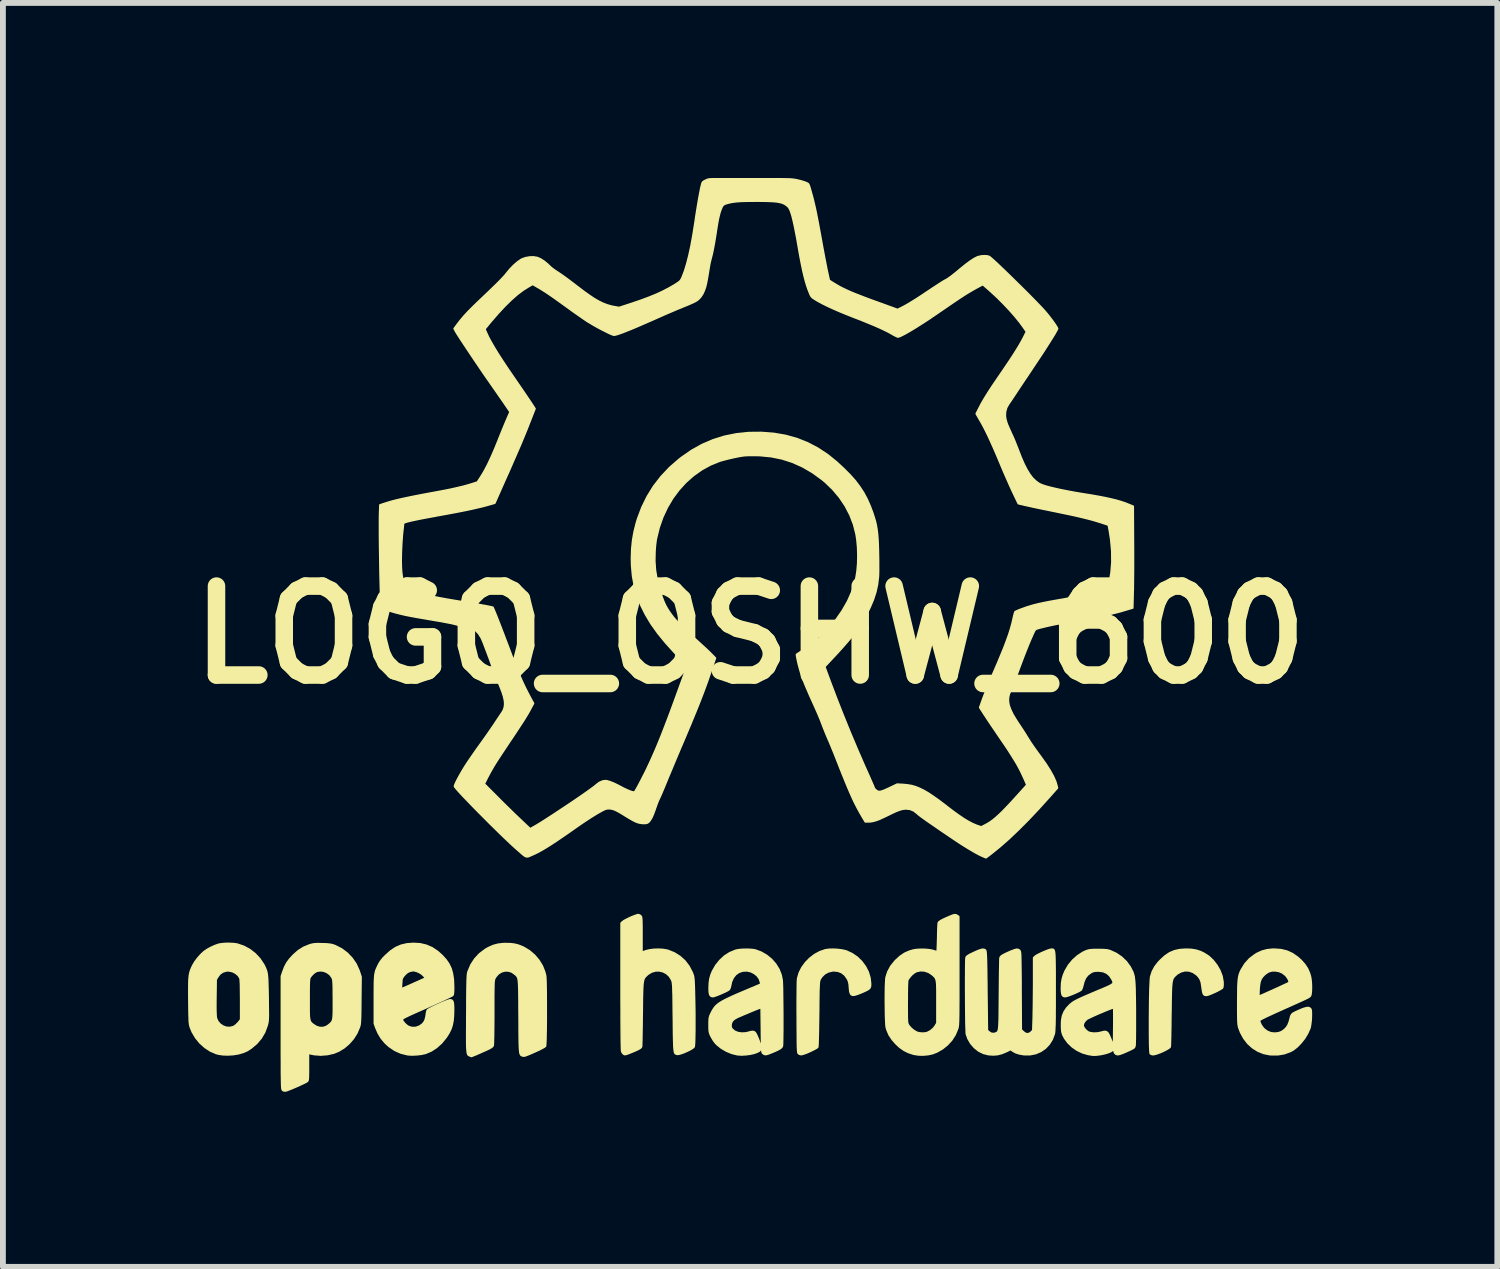
<source format=kicad_pcb>
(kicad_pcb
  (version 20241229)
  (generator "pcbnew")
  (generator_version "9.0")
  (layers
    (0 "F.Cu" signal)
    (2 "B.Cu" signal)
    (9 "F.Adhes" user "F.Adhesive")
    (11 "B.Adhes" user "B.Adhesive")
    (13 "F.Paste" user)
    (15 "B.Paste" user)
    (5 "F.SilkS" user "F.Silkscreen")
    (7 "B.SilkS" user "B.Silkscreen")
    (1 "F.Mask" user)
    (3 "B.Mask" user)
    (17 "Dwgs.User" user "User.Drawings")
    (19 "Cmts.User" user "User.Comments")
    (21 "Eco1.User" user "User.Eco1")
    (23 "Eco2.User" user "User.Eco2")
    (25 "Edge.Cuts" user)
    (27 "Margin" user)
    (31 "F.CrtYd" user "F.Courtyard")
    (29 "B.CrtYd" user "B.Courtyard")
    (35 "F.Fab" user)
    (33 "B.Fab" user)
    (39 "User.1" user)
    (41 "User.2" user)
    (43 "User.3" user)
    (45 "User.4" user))
  (footprint "LOGO_OSHW_600"
    (layer "F.Cu")
    (at 9.804 7.828)
    (property "Reference" "LOGO_OSHW_600" (at 0 0 180) (layer "F.SilkS") (effects (font (size 1.524 1.524) (thickness 0.3))))
    (attr through_hole)
    (fp_poly (pts (xy 8.106 5.995) (xy 8.103 6.031) (xy 8.098 6.051) (xy 8.084 6.063) (xy 8.054 6.081) (xy 8.014 6.103) (xy 7.969 6.125) (xy 7.921 6.146) (xy 7.878 6.164) (xy 7.842 6.176) (xy 7.819 6.181) (xy 7.818 6.181) (xy 7.795 6.178) (xy 7.778 6.169) (xy 7.765 6.15) (xy 7.756 6.119) (xy 7.748 6.072) (xy 7.741 6.017) (xy 7.73 5.951) (xy 7.71 5.899) (xy 7.678 5.854) (xy 7.65 5.826) (xy 7.588 5.784) (xy 7.522 5.761) (xy 7.454 5.758) (xy 7.387 5.775) (xy 7.322 5.811) (xy 7.289 5.84) (xy 7.274 5.855) (xy 7.261 5.87) (xy 7.251 5.886) (xy 7.242 5.906) (xy 7.235 5.931) (xy 7.229 5.963) (xy 7.225 6.004) (xy 7.221 6.055) (xy 7.219 6.119) (xy 7.217 6.198) (xy 7.215 6.292) (xy 7.214 6.404) (xy 7.212 6.514) (xy 7.211 6.618) (xy 7.21 6.717) (xy 7.208 6.807) (xy 7.207 6.887) (xy 7.205 6.954) (xy 7.204 7.007) (xy 7.202 7.043) (xy 7.201 7.061) (xy 7.201 7.062) (xy 7.188 7.077) (xy 7.159 7.097) (xy 7.119 7.119) (xy 7.072 7.142) (xy 7.023 7.163) (xy 6.976 7.18) (xy 6.935 7.192) (xy 6.905 7.197) (xy 6.877 7.191) (xy 6.857 7.179) (xy 6.853 7.165) (xy 6.851 7.131) (xy 6.848 7.081) (xy 6.846 7.017) (xy 6.845 6.94) (xy 6.844 6.854) (xy 6.844 6.759) (xy 6.844 6.66) (xy 6.844 6.557) (xy 6.845 6.454) (xy 6.846 6.351) (xy 6.847 6.253) (xy 6.849 6.16) (xy 6.851 6.075) (xy 6.854 6.001) (xy 6.857 5.939) (xy 6.86 5.892) (xy 6.863 5.863) (xy 6.864 5.858) (xy 6.892 5.771) (xy 6.935 5.69) (xy 6.994 5.613) (xy 7.033 5.572) (xy 7.111 5.501) (xy 7.189 5.449) (xy 7.272 5.414) (xy 7.363 5.394) (xy 7.467 5.387) (xy 7.477 5.387) (xy 7.567 5.391) (xy 7.644 5.404) (xy 7.716 5.427) (xy 7.781 5.458) (xy 7.863 5.511) (xy 7.937 5.581) (xy 8 5.663) (xy 8.051 5.752) (xy 8.087 5.846) (xy 8.104 5.94) (xy 8.105 5.949) (xy 8.106 5.995)) (stroke (width 0.025) (type solid)) (fill yes) (layer "F.SilkS"))
    (fp_poly (pts (xy 2.066 6.005) (xy 2.062 6.033) (xy 2.052 6.055) (xy 2.033 6.074) (xy 2.002 6.092) (xy 1.956 6.114) (xy 1.914 6.132) (xy 1.847 6.159) (xy 1.796 6.175) (xy 1.759 6.179) (xy 1.733 6.169) (xy 1.717 6.145) (xy 1.707 6.106) (xy 1.702 6.05) (xy 1.701 6.041) (xy 1.697 5.99) (xy 1.689 5.951) (xy 1.677 5.917) (xy 1.665 5.894) (xy 1.622 5.833) (xy 1.567 5.79) (xy 1.502 5.765) (xy 1.429 5.759) (xy 1.418 5.76) (xy 1.344 5.776) (xy 1.28 5.81) (xy 1.229 5.86) (xy 1.204 5.899) (xy 1.199 5.909) (xy 1.195 5.92) (xy 1.191 5.933) (xy 1.188 5.951) (xy 1.186 5.975) (xy 1.184 6.006) (xy 1.182 6.048) (xy 1.18 6.101) (xy 1.179 6.168) (xy 1.178 6.25) (xy 1.177 6.349) (xy 1.176 6.466) (xy 1.175 6.498) (xy 1.174 6.605) (xy 1.172 6.705) (xy 1.171 6.798) (xy 1.169 6.88) (xy 1.167 6.949) (xy 1.165 7.005) (xy 1.163 7.044) (xy 1.161 7.065) (xy 1.161 7.067) (xy 1.145 7.081) (xy 1.114 7.099) (xy 1.072 7.121) (xy 1.025 7.143) (xy 0.977 7.164) (xy 0.932 7.181) (xy 0.896 7.192) (xy 0.874 7.196) (xy 0.848 7.19) (xy 0.831 7.18) (xy 0.826 7.176) (xy 0.823 7.171) (xy 0.819 7.162) (xy 0.817 7.148) (xy 0.814 7.128) (xy 0.813 7.099) (xy 0.811 7.061) (xy 0.81 7.011) (xy 0.809 6.948) (xy 0.809 6.87) (xy 0.808 6.776) (xy 0.807 6.663) (xy 0.807 6.554) (xy 0.806 6.416) (xy 0.806 6.29) (xy 0.807 6.18) (xy 0.808 6.084) (xy 0.809 6.006) (xy 0.81 5.946) (xy 0.813 5.904) (xy 0.815 5.885) (xy 0.842 5.792) (xy 0.887 5.702) (xy 0.948 5.618) (xy 1.021 5.543) (xy 1.105 5.479) (xy 1.195 5.43) (xy 1.289 5.398) (xy 1.293 5.397) (xy 1.352 5.389) (xy 1.423 5.387) (xy 1.499 5.391) (xy 1.572 5.4) (xy 1.635 5.414) (xy 1.651 5.419) (xy 1.749 5.464) (xy 1.838 5.525) (xy 1.914 5.6) (xy 1.977 5.685) (xy 2.025 5.779) (xy 2.055 5.878) (xy 2.065 5.968) (xy 2.066 6.005)) (stroke (width 0.025) (type solid)) (fill yes) (layer "F.SilkS"))
    (fp_poly (pts (xy -8.255 6.473) (xy -8.255 6.525) (xy -8.256 6.566) (xy -8.258 6.599) (xy -8.26 6.625) (xy -8.264 6.648) (xy -8.269 6.669) (xy -8.275 6.692) (xy -8.275 6.694) (xy -8.317 6.809) (xy -8.377 6.912) (xy -8.454 7.003) (xy -8.549 7.083) (xy -8.615 7.126) (xy -8.682 7.156) (xy -8.731 7.17) (xy -8.731 6.592) (xy -8.731 6.255) (xy -8.732 6.151) (xy -8.733 6.063) (xy -8.734 5.991) (xy -8.737 5.937) (xy -8.74 5.901) (xy -8.742 5.888) (xy -8.771 5.84) (xy -8.815 5.802) (xy -8.868 5.774) (xy -8.927 5.761) (xy -8.972 5.761) (xy -9.034 5.779) (xy -9.085 5.815) (xy -9.12 5.861) (xy -9.149 5.91) (xy -9.153 6.217) (xy -9.154 6.326) (xy -9.154 6.413) (xy -9.152 6.482) (xy -9.15 6.531) (xy -9.146 6.563) (xy -9.145 6.57) (xy -9.12 6.626) (xy -9.081 6.671) (xy -9.031 6.705) (xy -8.976 6.725) (xy -8.918 6.729) (xy -8.861 6.716) (xy -8.843 6.707) (xy -8.811 6.684) (xy -8.779 6.652) (xy -8.766 6.638) (xy -8.731 6.592) (xy -8.731 7.17) (xy -8.764 7.18) (xy -8.855 7.195) (xy -8.947 7.201) (xy -9.036 7.198) (xy -9.038 7.197) (xy -9.082 7.191) (xy -9.125 7.183) (xy -9.149 7.176) (xy -9.25 7.133) (xy -9.344 7.071) (xy -9.429 6.995) (xy -9.502 6.905) (xy -9.56 6.807) (xy -9.591 6.731) (xy -9.597 6.712) (xy -9.602 6.693) (xy -9.606 6.672) (xy -9.609 6.646) (xy -9.612 6.614) (xy -9.613 6.571) (xy -9.615 6.517) (xy -9.616 6.449) (xy -9.617 6.364) (xy -9.618 6.268) (xy -9.619 6.157) (xy -9.619 6.065) (xy -9.618 5.989) (xy -9.617 5.927) (xy -9.614 5.876) (xy -9.609 5.833) (xy -9.602 5.797) (xy -9.593 5.764) (xy -9.581 5.732) (xy -9.567 5.699) (xy -9.552 5.667) (xy -9.516 5.605) (xy -9.467 5.54) (xy -9.412 5.478) (xy -9.357 5.427) (xy -9.35 5.422) (xy -9.299 5.388) (xy -9.238 5.355) (xy -9.174 5.326) (xy -9.115 5.305) (xy -9.102 5.301) (xy -9.049 5.293) (xy -8.984 5.288) (xy -8.915 5.288) (xy -8.849 5.291) (xy -8.794 5.299) (xy -8.784 5.301) (xy -8.676 5.338) (xy -8.574 5.393) (xy -8.481 5.465) (xy -8.401 5.551) (xy -8.336 5.648) (xy -8.323 5.672) (xy -8.309 5.702) (xy -8.297 5.73) (xy -8.287 5.758) (xy -8.279 5.788) (xy -8.273 5.824) (xy -8.269 5.868) (xy -8.265 5.922) (xy -8.263 5.989) (xy -8.261 6.071) (xy -8.259 6.17) (xy -8.258 6.223) (xy -8.257 6.324) (xy -8.256 6.406) (xy -8.255 6.473)) (stroke (width 0.025) (type solid)) (fill yes) (layer "F.SilkS"))
    (fp_poly (pts (xy 3.577 5.757) (xy 3.577 5.919) (xy 3.577 6.061) (xy 3.577 6.184) (xy 3.577 6.291) (xy 3.576 6.382) (xy 3.576 6.459) (xy 3.575 6.524) (xy 3.574 6.577) (xy 3.573 6.62) (xy 3.571 6.654) (xy 3.57 6.681) (xy 3.567 6.703) (xy 3.565 6.72) (xy 3.562 6.734) (xy 3.559 6.747) (xy 3.556 6.754) (xy 3.515 6.853) (xy 3.456 6.946) (xy 3.381 7.028) (xy 3.295 7.097) (xy 3.201 7.15) (xy 3.201 6.652) (xy 3.201 6.292) (xy 3.201 6.19) (xy 3.201 6.108) (xy 3.2 6.042) (xy 3.198 5.989) (xy 3.194 5.949) (xy 3.189 5.918) (xy 3.18 5.894) (xy 3.17 5.875) (xy 3.155 5.858) (xy 3.138 5.841) (xy 3.118 5.824) (xy 3.059 5.785) (xy 2.993 5.762) (xy 2.924 5.757) (xy 2.858 5.77) (xy 2.842 5.777) (xy 2.806 5.799) (xy 2.769 5.831) (xy 2.736 5.868) (xy 2.711 5.903) (xy 2.702 5.923) (xy 2.7 5.941) (xy 2.698 5.977) (xy 2.696 6.029) (xy 2.695 6.093) (xy 2.694 6.168) (xy 2.694 6.25) (xy 2.693 6.302) (xy 2.693 6.398) (xy 2.694 6.474) (xy 2.694 6.534) (xy 2.695 6.58) (xy 2.697 6.614) (xy 2.699 6.639) (xy 2.702 6.657) (xy 2.707 6.67) (xy 2.712 6.681) (xy 2.718 6.691) (xy 2.754 6.735) (xy 2.802 6.776) (xy 2.853 6.807) (xy 2.859 6.81) (xy 2.9 6.821) (xy 2.95 6.825) (xy 3 6.823) (xy 3.034 6.815) (xy 3.093 6.784) (xy 3.144 6.739) (xy 3.173 6.7) (xy 3.201 6.652) (xy 3.201 7.15) (xy 3.2 7.151) (xy 3.123 7.18) (xy 3.047 7.196) (xy 2.964 7.203) (xy 2.881 7.201) (xy 2.807 7.189) (xy 2.798 7.187) (xy 2.71 7.158) (xy 2.635 7.12) (xy 2.564 7.07) (xy 2.502 7.013) (xy 2.434 6.936) (xy 2.383 6.859) (xy 2.347 6.776) (xy 2.333 6.731) (xy 2.329 6.704) (xy 2.326 6.66) (xy 2.323 6.6) (xy 2.32 6.529) (xy 2.319 6.45) (xy 2.318 6.365) (xy 2.317 6.277) (xy 2.317 6.19) (xy 2.318 6.108) (xy 2.319 6.032) (xy 2.322 5.966) (xy 2.325 5.914) (xy 2.328 5.879) (xy 2.329 5.872) (xy 2.36 5.774) (xy 2.411 5.68) (xy 2.482 5.591) (xy 2.502 5.571) (xy 2.574 5.506) (xy 2.646 5.458) (xy 2.724 5.423) (xy 2.794 5.402) (xy 2.847 5.393) (xy 2.913 5.389) (xy 2.984 5.389) (xy 3.053 5.394) (xy 3.113 5.403) (xy 3.147 5.413) (xy 3.177 5.422) (xy 3.198 5.426) (xy 3.203 5.426) (xy 3.205 5.414) (xy 3.207 5.384) (xy 3.209 5.34) (xy 3.211 5.283) (xy 3.213 5.218) (xy 3.214 5.189) (xy 3.215 5.12) (xy 3.217 5.057) (xy 3.219 5.004) (xy 3.221 4.964) (xy 3.223 4.94) (xy 3.223 4.936) (xy 3.234 4.92) (xy 3.261 4.9) (xy 3.305 4.876) (xy 3.368 4.847) (xy 3.426 4.822) (xy 3.471 4.804) (xy 3.503 4.796) (xy 3.526 4.797) (xy 3.547 4.807) (xy 3.554 4.811) (xy 3.577 4.827) (xy 3.577 5.757)) (stroke (width 0.025) (type solid)) (fill yes) (layer "F.SilkS"))
    (fp_poly (pts (xy -6.666 5.861) (xy -6.67 6.262) (xy -6.671 6.365) (xy -6.672 6.45) (xy -6.673 6.518) (xy -6.675 6.572) (xy -6.677 6.615) (xy -6.679 6.647) (xy -6.682 6.673) (xy -6.686 6.695) (xy -6.691 6.713) (xy -6.697 6.731) (xy -6.74 6.83) (xy -6.799 6.923) (xy -6.872 7.006) (xy -6.956 7.078) (xy -7.047 7.134) (xy -7.132 7.169) (xy -7.142 7.171) (xy -7.142 6.353) (xy -7.142 6.258) (xy -7.142 6.247) (xy -7.143 6.154) (xy -7.143 6.08) (xy -7.144 6.021) (xy -7.146 5.977) (xy -7.148 5.944) (xy -7.15 5.919) (xy -7.154 5.901) (xy -7.159 5.887) (xy -7.165 5.874) (xy -7.2 5.826) (xy -7.249 5.789) (xy -7.306 5.765) (xy -7.365 5.758) (xy -7.423 5.767) (xy -7.426 5.769) (xy -7.46 5.788) (xy -7.496 5.819) (xy -7.527 5.854) (xy -7.542 5.876) (xy -7.546 5.888) (xy -7.549 5.908) (xy -7.552 5.937) (xy -7.554 5.978) (xy -7.555 6.032) (xy -7.556 6.102) (xy -7.556 6.191) (xy -7.556 6.244) (xy -7.556 6.343) (xy -7.556 6.423) (xy -7.555 6.486) (xy -7.553 6.536) (xy -7.549 6.573) (xy -7.543 6.602) (xy -7.536 6.623) (xy -7.526 6.64) (xy -7.512 6.654) (xy -7.496 6.669) (xy -7.491 6.673) (xy -7.434 6.71) (xy -7.375 6.729) (xy -7.316 6.729) (xy -7.268 6.714) (xy -7.236 6.694) (xy -7.205 6.67) (xy -7.204 6.669) (xy -7.187 6.653) (xy -7.173 6.638) (xy -7.163 6.621) (xy -7.155 6.601) (xy -7.149 6.574) (xy -7.146 6.538) (xy -7.143 6.491) (xy -7.142 6.43) (xy -7.142 6.353) (xy -7.142 7.171) (xy -7.242 7.194) (xy -7.356 7.203) (xy -7.468 7.195) (xy -7.543 7.18) (xy -7.567 7.173) (xy -7.567 7.405) (xy -7.567 7.482) (xy -7.568 7.541) (xy -7.569 7.583) (xy -7.571 7.613) (xy -7.574 7.633) (xy -7.579 7.645) (xy -7.584 7.653) (xy -7.586 7.654) (xy -7.605 7.666) (xy -7.639 7.684) (xy -7.685 7.705) (xy -7.737 7.73) (xy -7.793 7.754) (xy -7.846 7.777) (xy -7.895 7.796) (xy -7.933 7.811) (xy -7.957 7.818) (xy -7.959 7.818) (xy -7.99 7.818) (xy -8.012 7.805) (xy -8.014 7.803) (xy -8.017 7.798) (xy -8.02 7.791) (xy -8.023 7.781) (xy -8.025 7.765) (xy -8.027 7.743) (xy -8.028 7.714) (xy -8.029 7.675) (xy -8.03 7.627) (xy -8.031 7.566) (xy -8.032 7.493) (xy -8.032 7.406) (xy -8.032 7.304) (xy -8.033 7.185) (xy -8.033 7.047) (xy -8.033 6.891) (xy -8.033 6.817) (xy -8.033 5.851) (xy -8.006 5.77) (xy -7.975 5.69) (xy -7.939 5.622) (xy -7.893 5.559) (xy -7.834 5.494) (xy -7.827 5.487) (xy -7.742 5.412) (xy -7.653 5.356) (xy -7.556 5.316) (xy -7.528 5.307) (xy -7.493 5.299) (xy -7.456 5.294) (xy -7.41 5.292) (xy -7.351 5.293) (xy -7.322 5.294) (xy -7.261 5.296) (xy -7.215 5.3) (xy -7.18 5.305) (xy -7.149 5.313) (xy -7.117 5.324) (xy -7.107 5.328) (xy -6.999 5.383) (xy -6.903 5.455) (xy -6.82 5.542) (xy -6.752 5.641) (xy -6.702 5.752) (xy -6.694 5.776) (xy -6.666 5.861)) (stroke (width 0.025) (type solid)) (fill yes) (layer "F.SilkS"))
    (fp_poly (pts (xy -3.492 6.398) (xy -3.492 6.497) (xy -3.492 6.595) (xy -3.493 6.689) (xy -3.494 6.778) (xy -3.496 6.858) (xy -3.497 6.927) (xy -3.499 6.983) (xy -3.502 7.024) (xy -3.504 7.048) (xy -3.506 7.052) (xy -3.524 7.067) (xy -3.561 7.088) (xy -3.616 7.116) (xy -3.687 7.148) (xy -3.773 7.186) (xy -3.775 7.187) (xy -3.823 7.206) (xy -3.856 7.218) (xy -3.879 7.221) (xy -3.896 7.219) (xy -3.899 7.218) (xy -3.911 7.214) (xy -3.921 7.209) (xy -3.929 7.202) (xy -3.936 7.191) (xy -3.942 7.176) (xy -3.947 7.153) (xy -3.95 7.122) (xy -3.953 7.082) (xy -3.955 7.029) (xy -3.957 6.964) (xy -3.958 6.883) (xy -3.959 6.787) (xy -3.959 6.672) (xy -3.96 6.538) (xy -3.96 6.535) (xy -3.961 6.401) (xy -3.961 6.287) (xy -3.962 6.191) (xy -3.963 6.11) (xy -3.965 6.045) (xy -3.967 5.991) (xy -3.97 5.949) (xy -3.974 5.917) (xy -3.978 5.891) (xy -3.985 5.872) (xy -3.992 5.858) (xy -4.001 5.846) (xy -4.012 5.834) (xy -4.025 5.822) (xy -4.029 5.819) (xy -4.082 5.781) (xy -4.141 5.762) (xy -4.201 5.761) (xy -4.259 5.777) (xy -4.312 5.81) (xy -4.356 5.86) (xy -4.372 5.887) (xy -4.376 5.896) (xy -4.38 5.908) (xy -4.383 5.922) (xy -4.386 5.942) (xy -4.388 5.969) (xy -4.389 6.005) (xy -4.39 6.052) (xy -4.391 6.111) (xy -4.392 6.185) (xy -4.392 6.274) (xy -4.392 6.382) (xy -4.392 6.471) (xy -4.392 6.588) (xy -4.393 6.696) (xy -4.394 6.792) (xy -4.395 6.875) (xy -4.397 6.943) (xy -4.398 6.995) (xy -4.4 7.029) (xy -4.402 7.042) (xy -4.415 7.06) (xy -4.443 7.08) (xy -4.488 7.104) (xy -4.495 7.107) (xy -4.537 7.126) (xy -4.584 7.147) (xy -4.634 7.169) (xy -4.681 7.19) (xy -4.723 7.207) (xy -4.755 7.22) (xy -4.773 7.227) (xy -4.775 7.228) (xy -4.786 7.224) (xy -4.802 7.218) (xy -4.813 7.213) (xy -4.823 7.208) (xy -4.831 7.202) (xy -4.838 7.192) (xy -4.843 7.177) (xy -4.848 7.155) (xy -4.851 7.126) (xy -4.854 7.087) (xy -4.856 7.037) (xy -4.857 6.974) (xy -4.857 6.897) (xy -4.857 6.804) (xy -4.856 6.695) (xy -4.856 6.566) (xy -4.855 6.491) (xy -4.854 6.355) (xy -4.854 6.238) (xy -4.853 6.139) (xy -4.852 6.056) (xy -4.851 5.988) (xy -4.85 5.932) (xy -4.848 5.888) (xy -4.846 5.853) (xy -4.844 5.826) (xy -4.841 5.805) (xy -4.838 5.788) (xy -4.834 5.774) (xy -4.832 5.768) (xy -4.784 5.655) (xy -4.719 5.554) (xy -4.637 5.466) (xy -4.541 5.393) (xy -4.488 5.362) (xy -4.403 5.324) (xy -4.316 5.301) (xy -4.221 5.291) (xy -4.182 5.291) (xy -4.101 5.293) (xy -4.032 5.302) (xy -3.97 5.318) (xy -3.906 5.343) (xy -3.876 5.357) (xy -3.78 5.415) (xy -3.693 5.49) (xy -3.619 5.577) (xy -3.56 5.674) (xy -3.519 5.777) (xy -3.503 5.841) (xy -3.5 5.866) (xy -3.498 5.908) (xy -3.496 5.965) (xy -3.495 6.036) (xy -3.493 6.116) (xy -3.493 6.205) (xy -3.492 6.3) (xy -3.492 6.398)) (stroke (width 0.025) (type solid)) (fill yes) (layer "F.SilkS"))
    (fp_poly (pts (xy -0.946 6.599) (xy -0.946 6.695) (xy -0.946 6.784) (xy -0.948 6.865) (xy -0.949 6.936) (xy -0.951 6.993) (xy -0.954 7.034) (xy -0.957 7.057) (xy -0.957 7.06) (xy -0.972 7.077) (xy -1.003 7.098) (xy -1.044 7.121) (xy -1.092 7.143) (xy -1.141 7.164) (xy -1.187 7.18) (xy -1.225 7.19) (xy -1.251 7.191) (xy -1.251 7.191) (xy -1.263 7.188) (xy -1.274 7.184) (xy -1.282 7.178) (xy -1.29 7.168) (xy -1.296 7.152) (xy -1.3 7.128) (xy -1.304 7.096) (xy -1.307 7.053) (xy -1.309 6.998) (xy -1.311 6.928) (xy -1.313 6.844) (xy -1.314 6.742) (xy -1.315 6.622) (xy -1.316 6.553) (xy -1.318 6.427) (xy -1.319 6.32) (xy -1.32 6.231) (xy -1.321 6.158) (xy -1.323 6.098) (xy -1.324 6.051) (xy -1.326 6.014) (xy -1.329 5.985) (xy -1.331 5.964) (xy -1.334 5.947) (xy -1.338 5.933) (xy -1.343 5.921) (xy -1.345 5.915) (xy -1.382 5.854) (xy -1.432 5.807) (xy -1.49 5.776) (xy -1.554 5.76) (xy -1.62 5.761) (xy -1.686 5.78) (xy -1.746 5.816) (xy -1.768 5.835) (xy -1.783 5.85) (xy -1.797 5.864) (xy -1.808 5.88) (xy -1.817 5.897) (xy -1.824 5.919) (xy -1.83 5.948) (xy -1.835 5.984) (xy -1.838 6.031) (xy -1.841 6.089) (xy -1.843 6.161) (xy -1.845 6.248) (xy -1.846 6.353) (xy -1.847 6.476) (xy -1.848 6.495) (xy -1.849 6.6) (xy -1.85 6.7) (xy -1.852 6.791) (xy -1.853 6.872) (xy -1.854 6.942) (xy -1.856 6.996) (xy -1.857 7.035) (xy -1.858 7.055) (xy -1.858 7.056) (xy -1.865 7.071) (xy -1.88 7.085) (xy -1.907 7.102) (xy -1.948 7.122) (xy -2.005 7.146) (xy -2.039 7.16) (xy -2.086 7.179) (xy -2.119 7.19) (xy -2.14 7.195) (xy -2.155 7.194) (xy -2.167 7.187) (xy -2.172 7.183) (xy -2.189 7.164) (xy -2.201 7.14) (xy -2.203 7.124) (xy -2.205 7.088) (xy -2.206 7.031) (xy -2.208 6.954) (xy -2.209 6.856) (xy -2.21 6.737) (xy -2.211 6.598) (xy -2.211 6.437) (xy -2.212 6.256) (xy -2.212 6.054) (xy -2.212 6.025) (xy -2.212 4.94) (xy -2.182 4.912) (xy -2.16 4.897) (xy -2.124 4.877) (xy -2.079 4.855) (xy -2.031 4.833) (xy -1.985 4.815) (xy -1.946 4.801) (xy -1.92 4.794) (xy -1.917 4.794) (xy -1.893 4.801) (xy -1.873 4.815) (xy -1.867 4.823) (xy -1.862 4.832) (xy -1.859 4.845) (xy -1.856 4.866) (xy -1.854 4.896) (xy -1.853 4.938) (xy -1.852 4.994) (xy -1.852 5.068) (xy -1.852 5.137) (xy -1.852 5.438) (xy -1.791 5.416) (xy -1.729 5.4) (xy -1.654 5.39) (xy -1.573 5.387) (xy -1.494 5.391) (xy -1.424 5.403) (xy -1.405 5.408) (xy -1.298 5.451) (xy -1.201 5.512) (xy -1.117 5.588) (xy -1.047 5.68) (xy -0.993 5.784) (xy -0.987 5.799) (xy -0.979 5.819) (xy -0.973 5.838) (xy -0.968 5.859) (xy -0.964 5.884) (xy -0.961 5.916) (xy -0.959 5.958) (xy -0.956 6.012) (xy -0.954 6.081) (xy -0.952 6.167) (xy -0.951 6.207) (xy -0.949 6.302) (xy -0.947 6.401) (xy -0.946 6.501) (xy -0.946 6.599)) (stroke (width 0.025) (type solid)) (fill yes) (layer "F.SilkS"))
    (fp_poly (pts (xy -5.08 6.028) (xy -5.08 6.086) (xy -5.082 6.127) (xy -5.085 6.154) (xy -5.089 6.171) (xy -5.096 6.181) (xy -5.099 6.183) (xy -5.112 6.191) (xy -5.143 6.207) (xy -5.189 6.229) (xy -5.246 6.256) (xy -5.314 6.287) (xy -5.39 6.321) (xy -5.461 6.353) (xy -5.565 6.4) (xy -5.565 5.883) (xy -5.591 5.849) (xy -5.622 5.819) (xy -5.665 5.791) (xy -5.713 5.769) (xy -5.757 5.758) (xy -5.769 5.757) (xy -5.807 5.762) (xy -5.844 5.772) (xy -5.844 5.773) (xy -5.876 5.791) (xy -5.909 5.82) (xy -5.938 5.853) (xy -5.958 5.884) (xy -5.963 5.897) (xy -5.966 5.915) (xy -5.968 5.945) (xy -5.971 5.981) (xy -5.973 6.016) (xy -5.974 6.046) (xy -5.973 6.062) (xy -5.973 6.064) (xy -5.963 6.06) (xy -5.938 6.049) (xy -5.899 6.032) (xy -5.852 6.011) (xy -5.819 5.997) (xy -5.762 5.971) (xy -5.708 5.947) (xy -5.661 5.926) (xy -5.626 5.91) (xy -5.616 5.906) (xy -5.565 5.883) (xy -5.565 6.4) (xy -5.572 6.403) (xy -5.664 6.444) (xy -5.741 6.478) (xy -5.803 6.506) (xy -5.852 6.529) (xy -5.889 6.547) (xy -5.917 6.56) (xy -5.935 6.571) (xy -5.947 6.579) (xy -5.954 6.585) (xy -5.957 6.59) (xy -5.958 6.595) (xy -5.958 6.596) (xy -5.95 6.617) (xy -5.93 6.645) (xy -5.903 6.674) (xy -5.872 6.699) (xy -5.848 6.714) (xy -5.791 6.73) (xy -5.73 6.728) (xy -5.671 6.708) (xy -5.621 6.674) (xy -5.59 6.639) (xy -5.569 6.599) (xy -5.556 6.549) (xy -5.55 6.511) (xy -5.545 6.474) (xy -5.537 6.444) (xy -5.531 6.43) (xy -5.517 6.419) (xy -5.487 6.402) (xy -5.445 6.381) (xy -5.395 6.357) (xy -5.34 6.332) (xy -5.286 6.308) (xy -5.235 6.286) (xy -5.191 6.269) (xy -5.159 6.258) (xy -5.144 6.255) (xy -5.12 6.257) (xy -5.103 6.267) (xy -5.091 6.286) (xy -5.084 6.318) (xy -5.081 6.365) (xy -5.08 6.43) (xy -5.08 6.43) (xy -5.083 6.533) (xy -5.091 6.619) (xy -5.106 6.694) (xy -5.129 6.762) (xy -5.162 6.827) (xy -5.204 6.894) (xy -5.213 6.906) (xy -5.289 6.998) (xy -5.374 7.074) (xy -5.465 7.133) (xy -5.56 7.173) (xy -5.567 7.175) (xy -5.632 7.189) (xy -5.707 7.198) (xy -5.784 7.202) (xy -5.854 7.199) (xy -5.874 7.196) (xy -5.986 7.168) (xy -6.091 7.121) (xy -6.188 7.055) (xy -6.249 7) (xy -6.319 6.918) (xy -6.372 6.831) (xy -6.412 6.74) (xy -6.44 6.662) (xy -6.44 6.249) (xy -6.44 6.14) (xy -6.439 6.05) (xy -6.439 5.976) (xy -6.437 5.915) (xy -6.434 5.866) (xy -6.43 5.826) (xy -6.424 5.793) (xy -6.417 5.763) (xy -6.407 5.735) (xy -6.395 5.707) (xy -6.38 5.675) (xy -6.374 5.662) (xy -6.351 5.619) (xy -6.323 5.579) (xy -6.288 5.536) (xy -6.245 5.493) (xy -6.159 5.416) (xy -6.071 5.358) (xy -5.98 5.319) (xy -5.881 5.296) (xy -5.772 5.288) (xy -5.768 5.288) (xy -5.653 5.295) (xy -5.547 5.32) (xy -5.448 5.363) (xy -5.354 5.426) (xy -5.275 5.497) (xy -5.211 5.568) (xy -5.161 5.641) (xy -5.124 5.718) (xy -5.1 5.805) (xy -5.085 5.903) (xy -5.08 6.017) (xy -5.08 6.028)) (stroke (width 0.025) (type solid)) (fill yes) (layer "F.SilkS"))
    (fp_poly (pts (xy 9.62 6.064) (xy 9.618 6.115) (xy 9.613 6.156) (xy 9.607 6.181) (xy 9.603 6.188) (xy 9.599 6.194) (xy 9.592 6.201) (xy 9.582 6.209) (xy 9.565 6.219) (xy 9.542 6.231) (xy 9.509 6.247) (xy 9.466 6.267) (xy 9.411 6.292) (xy 9.342 6.323) (xy 9.258 6.361) (xy 9.236 6.371) (xy 9.236 5.942) (xy 9.228 5.915) (xy 9.211 5.884) (xy 9.189 5.853) (xy 9.168 5.831) (xy 9.116 5.792) (xy 9.062 5.77) (xy 9.006 5.76) (xy 8.941 5.761) (xy 8.885 5.777) (xy 8.833 5.812) (xy 8.818 5.825) (xy 8.782 5.862) (xy 8.756 5.902) (xy 8.739 5.949) (xy 8.729 6.007) (xy 8.723 6.077) (xy 8.721 6.127) (xy 8.72 6.16) (xy 8.722 6.178) (xy 8.726 6.186) (xy 8.733 6.186) (xy 8.738 6.184) (xy 8.753 6.178) (xy 8.784 6.165) (xy 8.829 6.145) (xy 8.884 6.12) (xy 8.947 6.092) (xy 8.991 6.072) (xy 9.056 6.043) (xy 9.115 6.015) (xy 9.165 5.992) (xy 9.203 5.974) (xy 9.227 5.962) (xy 9.233 5.958) (xy 9.236 5.942) (xy 9.236 6.371) (xy 9.156 6.406) (xy 9.115 6.425) (xy 9.01 6.472) (xy 8.923 6.512) (xy 8.854 6.544) (xy 8.801 6.57) (xy 8.764 6.589) (xy 8.741 6.603) (xy 8.732 6.612) (xy 8.731 6.613) (xy 8.739 6.644) (xy 8.756 6.682) (xy 8.781 6.721) (xy 8.806 6.751) (xy 8.864 6.795) (xy 8.929 6.82) (xy 8.988 6.826) (xy 9.052 6.82) (xy 9.105 6.801) (xy 9.156 6.765) (xy 9.159 6.762) (xy 9.192 6.727) (xy 9.218 6.686) (xy 9.239 6.632) (xy 9.254 6.577) (xy 9.262 6.545) (xy 9.271 6.521) (xy 9.283 6.502) (xy 9.301 6.486) (xy 9.33 6.47) (xy 9.372 6.45) (xy 9.429 6.425) (xy 9.43 6.424) (xy 9.493 6.4) (xy 9.54 6.388) (xy 9.575 6.388) (xy 9.599 6.4) (xy 9.611 6.416) (xy 9.617 6.439) (xy 9.619 6.478) (xy 9.619 6.528) (xy 9.617 6.584) (xy 9.612 6.639) (xy 9.605 6.69) (xy 9.597 6.732) (xy 9.592 6.747) (xy 9.553 6.834) (xy 9.502 6.918) (xy 9.441 6.995) (xy 9.375 7.063) (xy 9.306 7.116) (xy 9.26 7.141) (xy 9.156 7.179) (xy 9.045 7.198) (xy 8.927 7.198) (xy 8.906 7.196) (xy 8.8 7.175) (xy 8.701 7.135) (xy 8.61 7.078) (xy 8.529 7.005) (xy 8.461 6.917) (xy 8.406 6.817) (xy 8.375 6.736) (xy 8.37 6.717) (xy 8.366 6.697) (xy 8.362 6.672) (xy 8.36 6.641) (xy 8.358 6.602) (xy 8.357 6.55) (xy 8.356 6.485) (xy 8.356 6.404) (xy 8.356 6.305) (xy 8.356 6.297) (xy 8.357 6.188) (xy 8.358 6.097) (xy 8.359 6.022) (xy 8.362 5.961) (xy 8.366 5.911) (xy 8.372 5.87) (xy 8.379 5.835) (xy 8.389 5.803) (xy 8.401 5.773) (xy 8.416 5.742) (xy 8.42 5.734) (xy 8.482 5.635) (xy 8.559 5.55) (xy 8.652 5.48) (xy 8.69 5.457) (xy 8.772 5.42) (xy 8.858 5.397) (xy 8.954 5.387) (xy 8.987 5.387) (xy 9.099 5.395) (xy 9.201 5.42) (xy 9.295 5.463) (xy 9.384 5.525) (xy 9.443 5.578) (xy 9.505 5.648) (xy 9.552 5.719) (xy 9.586 5.797) (xy 9.604 5.857) (xy 9.611 5.898) (xy 9.617 5.95) (xy 9.62 6.007) (xy 9.62 6.064)) (stroke (width 0.025) (type solid)) (fill yes) (layer "F.SilkS"))
    (fp_poly (pts (xy 0.561 6.677) (xy 0.561 6.766) (xy 0.56 6.847) (xy 0.559 6.918) (xy 0.558 6.975) (xy 0.557 7.018) (xy 0.555 7.042) (xy 0.555 7.045) (xy 0.548 7.063) (xy 0.533 7.08) (xy 0.508 7.098) (xy 0.47 7.118) (xy 0.415 7.143) (xy 0.378 7.158) (xy 0.327 7.179) (xy 0.29 7.191) (xy 0.264 7.195) (xy 0.244 7.191) (xy 0.227 7.181) (xy 0.222 7.177) (xy 0.215 7.172) (xy 0.21 7.165) (xy 0.206 7.156) (xy 0.203 7.14) (xy 0.2 7.118) (xy 0.199 7.086) (xy 0.197 7.042) (xy 0.196 6.984) (xy 0.194 6.91) (xy 0.193 6.818) (xy 0.193 6.775) (xy 0.188 6.392) (xy 0.165 6.399) (xy 0.146 6.406) (xy 0.111 6.42) (xy 0.065 6.438) (xy 0.012 6.46) (xy -0.044 6.484) (xy -0.1 6.507) (xy -0.151 6.529) (xy -0.193 6.547) (xy -0.222 6.56) (xy -0.224 6.561) (xy -0.275 6.591) (xy -0.306 6.624) (xy -0.323 6.665) (xy -0.325 6.68) (xy -0.326 6.715) (xy -0.316 6.742) (xy -0.306 6.756) (xy -0.265 6.792) (xy -0.211 6.815) (xy -0.147 6.825) (xy -0.077 6.822) (xy -0.025 6.81) (xy 0.015 6.799) (xy 0.046 6.796) (xy 0.07 6.801) (xy 0.091 6.819) (xy 0.11 6.851) (xy 0.131 6.898) (xy 0.149 6.943) (xy 0.171 7.005) (xy 0.184 7.052) (xy 0.187 7.087) (xy 0.179 7.112) (xy 0.163 7.132) (xy 0.159 7.135) (xy 0.118 7.156) (xy 0.062 7.175) (xy -0.004 7.189) (xy -0.075 7.198) (xy -0.145 7.202) (xy -0.209 7.198) (xy -0.223 7.196) (xy -0.316 7.173) (xy -0.409 7.134) (xy -0.496 7.083) (xy -0.571 7.022) (xy -0.598 6.993) (xy -0.624 6.959) (xy -0.651 6.915) (xy -0.671 6.879) (xy -0.685 6.849) (xy -0.694 6.823) (xy -0.7 6.797) (xy -0.703 6.764) (xy -0.704 6.719) (xy -0.704 6.683) (xy -0.704 6.629) (xy -0.702 6.59) (xy -0.698 6.56) (xy -0.691 6.535) (xy -0.68 6.507) (xy -0.664 6.475) (xy -0.644 6.437) (xy -0.623 6.403) (xy -0.6 6.372) (xy -0.572 6.344) (xy -0.537 6.316) (xy -0.494 6.288) (xy -0.442 6.259) (xy -0.377 6.227) (xy -0.298 6.19) (xy -0.204 6.149) (xy -0.093 6.102) (xy -0.065 6.09) (xy 0.182 5.986) (xy 0.176 5.949) (xy 0.157 5.894) (xy 0.121 5.845) (xy 0.071 5.804) (xy 0.012 5.774) (xy -0.052 5.76) (xy -0.125 5.763) (xy -0.19 5.785) (xy -0.245 5.823) (xy -0.288 5.878) (xy -0.319 5.947) (xy -0.333 6.014) (xy -0.342 6.05) (xy -0.355 6.077) (xy -0.36 6.083) (xy -0.379 6.096) (xy -0.413 6.114) (xy -0.456 6.134) (xy -0.504 6.155) (xy -0.551 6.174) (xy -0.593 6.19) (xy -0.625 6.2) (xy -0.638 6.202) (xy -0.665 6.197) (xy -0.684 6.182) (xy -0.696 6.153) (xy -0.702 6.109) (xy -0.703 6.05) (xy -0.699 5.962) (xy -0.688 5.888) (xy -0.668 5.82) (xy -0.644 5.763) (xy -0.588 5.665) (xy -0.519 5.579) (xy -0.439 5.505) (xy -0.35 5.448) (xy -0.257 5.409) (xy -0.236 5.403) (xy -0.187 5.394) (xy -0.125 5.389) (xy -0.057 5.388) (xy 0.008 5.39) (xy 0.064 5.396) (xy 0.09 5.401) (xy 0.192 5.439) (xy 0.285 5.493) (xy 0.368 5.561) (xy 0.438 5.641) (xy 0.494 5.731) (xy 0.532 5.828) (xy 0.55 5.917) (xy 0.552 5.944) (xy 0.554 5.989) (xy 0.556 6.049) (xy 0.557 6.121) (xy 0.558 6.204) (xy 0.559 6.294) (xy 0.56 6.388) (xy 0.561 6.486) (xy 0.561 6.583) (xy 0.561 6.677)) (stroke (width 0.025) (type solid)) (fill yes) (layer "F.SilkS"))
    (fp_poly (pts (xy 5.228 6.004) (xy 5.228 6.107) (xy 5.228 6.246) (xy 5.228 6.367) (xy 5.227 6.469) (xy 5.227 6.555) (xy 5.226 6.626) (xy 5.225 6.685) (xy 5.223 6.731) (xy 5.221 6.768) (xy 5.219 6.797) (xy 5.217 6.819) (xy 5.213 6.836) (xy 5.212 6.842) (xy 5.177 6.936) (xy 5.126 7.017) (xy 5.061 7.086) (xy 4.984 7.139) (xy 4.897 7.177) (xy 4.802 7.196) (xy 4.701 7.197) (xy 4.691 7.196) (xy 4.611 7.182) (xy 4.547 7.161) (xy 4.494 7.13) (xy 4.464 7.109) (xy 4.399 7.141) (xy 4.318 7.175) (xy 4.243 7.195) (xy 4.167 7.201) (xy 4.087 7.196) (xy 3.999 7.174) (xy 3.917 7.134) (xy 3.843 7.075) (xy 3.781 7.004) (xy 3.735 6.925) (xy 3.706 6.844) (xy 3.705 6.839) (xy 3.703 6.819) (xy 3.702 6.781) (xy 3.7 6.726) (xy 3.698 6.658) (xy 3.697 6.577) (xy 3.696 6.488) (xy 3.695 6.391) (xy 3.694 6.29) (xy 3.694 6.187) (xy 3.693 6.083) (xy 3.693 5.981) (xy 3.693 5.885) (xy 3.694 5.795) (xy 3.694 5.714) (xy 3.695 5.645) (xy 3.696 5.589) (xy 3.698 5.55) (xy 3.7 5.53) (xy 3.7 5.528) (xy 3.715 5.508) (xy 3.749 5.485) (xy 3.771 5.473) (xy 3.845 5.438) (xy 3.904 5.412) (xy 3.948 5.396) (xy 3.982 5.388) (xy 4.007 5.389) (xy 4.025 5.397) (xy 4.035 5.405) (xy 4.038 5.411) (xy 4.041 5.421) (xy 4.044 5.438) (xy 4.046 5.462) (xy 4.048 5.494) (xy 4.05 5.538) (xy 4.052 5.593) (xy 4.053 5.662) (xy 4.055 5.746) (xy 4.056 5.847) (xy 4.058 5.966) (xy 4.059 6.101) (xy 4.067 6.777) (xy 4.091 6.801) (xy 4.13 6.827) (xy 4.173 6.833) (xy 4.203 6.826) (xy 4.216 6.82) (xy 4.227 6.815) (xy 4.237 6.808) (xy 4.245 6.797) (xy 4.251 6.781) (xy 4.257 6.759) (xy 4.261 6.729) (xy 4.264 6.688) (xy 4.266 6.636) (xy 4.268 6.571) (xy 4.269 6.491) (xy 4.27 6.395) (xy 4.271 6.28) (xy 4.272 6.168) (xy 4.273 6.056) (xy 4.274 5.951) (xy 4.275 5.853) (xy 4.276 5.764) (xy 4.278 5.688) (xy 4.279 5.625) (xy 4.28 5.577) (xy 4.281 5.548) (xy 4.282 5.539) (xy 4.287 5.523) (xy 4.299 5.508) (xy 4.322 5.491) (xy 4.356 5.472) (xy 4.405 5.449) (xy 4.47 5.42) (xy 4.484 5.415) (xy 4.535 5.396) (xy 4.571 5.388) (xy 4.598 5.392) (xy 4.619 5.407) (xy 4.621 5.409) (xy 4.625 5.414) (xy 4.628 5.422) (xy 4.631 5.432) (xy 4.634 5.448) (xy 4.636 5.47) (xy 4.638 5.501) (xy 4.639 5.541) (xy 4.64 5.593) (xy 4.641 5.658) (xy 4.642 5.737) (xy 4.643 5.833) (xy 4.644 5.946) (xy 4.644 6.079) (xy 4.644 6.099) (xy 4.648 6.767) (xy 4.683 6.802) (xy 4.721 6.83) (xy 4.759 6.837) (xy 4.796 6.823) (xy 4.814 6.808) (xy 4.844 6.778) (xy 4.851 6.552) (xy 4.852 6.486) (xy 4.854 6.403) (xy 4.855 6.308) (xy 4.856 6.205) (xy 4.857 6.099) (xy 4.858 5.994) (xy 4.858 5.93) (xy 4.858 5.534) (xy 4.882 5.51) (xy 4.903 5.495) (xy 4.939 5.475) (xy 4.984 5.453) (xy 5.034 5.431) (xy 5.082 5.411) (xy 5.124 5.396) (xy 5.156 5.388) (xy 5.164 5.387) (xy 5.177 5.387) (xy 5.188 5.388) (xy 5.197 5.391) (xy 5.204 5.398) (xy 5.211 5.41) (xy 5.216 5.429) (xy 5.22 5.456) (xy 5.223 5.494) (xy 5.225 5.542) (xy 5.226 5.603) (xy 5.227 5.678) (xy 5.228 5.769) (xy 5.228 5.877) (xy 5.228 6.004)) (stroke (width 0.025) (type solid)) (fill yes) (layer "F.SilkS"))
    (fp_poly (pts (xy 6.603 6.603) (xy 6.603 6.696) (xy 6.603 6.783) (xy 6.602 6.861) (xy 6.602 6.929) (xy 6.6 6.984) (xy 6.599 7.022) (xy 6.597 7.04) (xy 6.592 7.062) (xy 6.581 7.078) (xy 6.561 7.092) (xy 6.526 7.11) (xy 6.448 7.146) (xy 6.384 7.173) (xy 6.334 7.19) (xy 6.3 7.197) (xy 6.298 7.197) (xy 6.266 7.187) (xy 6.243 7.162) (xy 6.234 7.127) (xy 6.234 7.126) (xy 6.233 7.109) (xy 6.232 7.109) (xy 6.232 6.567) (xy 6.232 6.504) (xy 6.231 6.452) (xy 6.231 6.416) (xy 6.23 6.397) (xy 6.229 6.395) (xy 6.218 6.397) (xy 6.19 6.406) (xy 6.151 6.421) (xy 6.101 6.441) (xy 6.046 6.464) (xy 5.988 6.488) (xy 5.931 6.513) (xy 5.877 6.537) (xy 5.831 6.559) (xy 5.795 6.576) (xy 5.773 6.588) (xy 5.771 6.59) (xy 5.737 6.623) (xy 5.715 6.66) (xy 5.708 6.695) (xy 5.709 6.705) (xy 5.726 6.74) (xy 5.756 6.775) (xy 5.791 6.803) (xy 5.819 6.815) (xy 5.882 6.825) (xy 5.952 6.823) (xy 6.016 6.81) (xy 6.056 6.799) (xy 6.087 6.796) (xy 6.112 6.804) (xy 6.133 6.823) (xy 6.153 6.858) (xy 6.175 6.909) (xy 6.187 6.938) (xy 6.228 7.042) (xy 6.231 6.721) (xy 6.232 6.641) (xy 6.232 6.567) (xy 6.232 7.109) (xy 6.226 7.11) (xy 6.214 7.121) (xy 6.184 7.142) (xy 6.137 7.162) (xy 6.08 7.179) (xy 6.016 7.193) (xy 5.996 7.196) (xy 5.948 7.202) (xy 5.913 7.205) (xy 5.881 7.205) (xy 5.846 7.201) (xy 5.8 7.193) (xy 5.789 7.191) (xy 5.695 7.164) (xy 5.603 7.12) (xy 5.519 7.062) (xy 5.446 6.992) (xy 5.389 6.914) (xy 5.376 6.89) (xy 5.359 6.856) (xy 5.349 6.828) (xy 5.342 6.797) (xy 5.338 6.758) (xy 5.336 6.708) (xy 5.338 6.614) (xy 5.352 6.533) (xy 5.38 6.462) (xy 5.423 6.397) (xy 5.477 6.34) (xy 5.497 6.322) (xy 5.519 6.305) (xy 5.545 6.287) (xy 5.577 6.269) (xy 5.616 6.249) (xy 5.665 6.226) (xy 5.727 6.198) (xy 5.802 6.166) (xy 5.893 6.127) (xy 5.969 6.095) (xy 6.049 6.062) (xy 6.111 6.035) (xy 6.157 6.014) (xy 6.189 5.996) (xy 6.21 5.981) (xy 6.219 5.966) (xy 6.221 5.951) (xy 6.215 5.933) (xy 6.205 5.912) (xy 6.203 5.908) (xy 6.162 5.844) (xy 6.111 5.8) (xy 6.051 5.773) (xy 5.977 5.763) (xy 5.969 5.763) (xy 5.924 5.764) (xy 5.891 5.769) (xy 5.863 5.779) (xy 5.839 5.792) (xy 5.786 5.832) (xy 5.747 5.882) (xy 5.72 5.946) (xy 5.709 5.988) (xy 5.698 6.03) (xy 5.687 6.064) (xy 5.676 6.086) (xy 5.674 6.088) (xy 5.655 6.101) (xy 5.621 6.119) (xy 5.577 6.139) (xy 5.529 6.16) (xy 5.481 6.178) (xy 5.439 6.193) (xy 5.408 6.201) (xy 5.399 6.202) (xy 5.371 6.197) (xy 5.352 6.181) (xy 5.341 6.151) (xy 5.335 6.105) (xy 5.334 6.064) (xy 5.337 5.975) (xy 5.349 5.898) (xy 5.37 5.827) (xy 5.397 5.763) (xy 5.455 5.663) (xy 5.528 5.574) (xy 5.612 5.499) (xy 5.704 5.44) (xy 5.754 5.417) (xy 5.781 5.407) (xy 5.808 5.4) (xy 5.839 5.396) (xy 5.879 5.393) (xy 5.932 5.392) (xy 5.964 5.392) (xy 6.03 5.393) (xy 6.08 5.395) (xy 6.118 5.399) (xy 6.15 5.406) (xy 6.169 5.412) (xy 6.273 5.459) (xy 6.367 5.523) (xy 6.449 5.602) (xy 6.515 5.693) (xy 6.559 5.78) (xy 6.571 5.816) (xy 6.581 5.855) (xy 6.587 5.902) (xy 6.593 5.963) (xy 6.594 5.984) (xy 6.596 6.025) (xy 6.598 6.082) (xy 6.599 6.151) (xy 6.601 6.232) (xy 6.602 6.319) (xy 6.603 6.413) (xy 6.603 6.508) (xy 6.603 6.603)) (stroke (width 0.025) (type solid)) (fill yes) (layer "F.SilkS"))
    (fp_poly (pts (xy 6.571 -1.372) (xy 6.571 -1.248) (xy 6.571 -1.129) (xy 6.57 -1.016) (xy 6.569 -0.914) (xy 6.568 -0.825) (xy 6.567 -0.754) (xy 6.566 -0.745) (xy 6.559 -0.458) (xy 6.431 -0.42) (xy 6.354 -0.397) (xy 6.278 -0.377) (xy 6.202 -0.358) (xy 6.199 -0.357) (xy 6.199 -1.244) (xy 6.197 -1.433) (xy 6.179 -1.632) (xy 6.159 -1.761) (xy 6.151 -1.807) (xy 6.144 -1.845) (xy 6.138 -1.871) (xy 6.136 -1.879) (xy 6.125 -1.883) (xy 6.099 -1.892) (xy 6.059 -1.905) (xy 6.011 -1.921) (xy 6.001 -1.924) (xy 5.933 -1.945) (xy 5.862 -1.966) (xy 5.785 -1.986) (xy 5.7 -2.007) (xy 5.604 -2.03) (xy 5.495 -2.054) (xy 5.37 -2.08) (xy 5.227 -2.11) (xy 5.196 -2.116) (xy 5.105 -2.135) (xy 5.015 -2.153) (xy 4.93 -2.171) (xy 4.852 -2.187) (xy 4.787 -2.202) (xy 4.736 -2.213) (xy 4.713 -2.218) (xy 4.595 -2.246) (xy 4.511 -2.422) (xy 4.485 -2.477) (xy 4.453 -2.547) (xy 4.417 -2.629) (xy 4.378 -2.717) (xy 4.338 -2.809) (xy 4.3 -2.899) (xy 4.287 -2.931) (xy 4.228 -3.071) (xy 4.175 -3.193) (xy 4.127 -3.3) (xy 4.084 -3.394) (xy 4.044 -3.477) (xy 4.006 -3.552) (xy 3.969 -3.621) (xy 3.941 -3.669) (xy 3.873 -3.788) (xy 3.917 -3.875) (xy 3.963 -3.963) (xy 4.018 -4.058) (xy 4.084 -4.164) (xy 4.161 -4.281) (xy 4.229 -4.381) (xy 4.316 -4.508) (xy 4.392 -4.62) (xy 4.457 -4.717) (xy 4.513 -4.803) (xy 4.561 -4.879) (xy 4.602 -4.946) (xy 4.637 -5.006) (xy 4.667 -5.061) (xy 4.694 -5.112) (xy 4.694 -5.113) (xy 4.734 -5.193) (xy 4.689 -5.259) (xy 4.62 -5.354) (xy 4.537 -5.456) (xy 4.442 -5.564) (xy 4.339 -5.673) (xy 4.232 -5.78) (xy 4.122 -5.881) (xy 4.098 -5.903) (xy 3.988 -5.999) (xy 3.907 -5.956) (xy 3.86 -5.93) (xy 3.805 -5.899) (xy 3.751 -5.867) (xy 3.731 -5.855) (xy 3.706 -5.84) (xy 3.682 -5.825) (xy 3.656 -5.808) (xy 3.627 -5.789) (xy 3.593 -5.767) (xy 3.553 -5.74) (xy 3.504 -5.707) (xy 3.445 -5.667) (xy 3.374 -5.618) (xy 3.29 -5.561) (xy 3.19 -5.492) (xy 3.164 -5.475) (xy 3.071 -5.411) (xy 2.979 -5.351) (xy 2.891 -5.295) (xy 2.808 -5.243) (xy 2.732 -5.198) (xy 2.666 -5.16) (xy 2.61 -5.131) (xy 2.568 -5.111) (xy 2.54 -5.102) (xy 2.535 -5.101) (xy 2.518 -5.106) (xy 2.489 -5.12) (xy 2.452 -5.139) (xy 2.436 -5.149) (xy 2.371 -5.185) (xy 2.299 -5.221) (xy 2.218 -5.259) (xy 2.125 -5.3) (xy 2.018 -5.344) (xy 1.896 -5.394) (xy 1.804 -5.429) (xy 1.662 -5.485) (xy 1.538 -5.536) (xy 1.429 -5.583) (xy 1.334 -5.627) (xy 1.25 -5.668) (xy 1.175 -5.708) (xy 1.14 -5.728) (xy 1.098 -5.754) (xy 1.07 -5.773) (xy 1.051 -5.791) (xy 1.037 -5.812) (xy 1.024 -5.84) (xy 1.017 -5.858) (xy 0.992 -5.921) (xy 0.969 -5.988) (xy 0.947 -6.062) (xy 0.926 -6.143) (xy 0.904 -6.236) (xy 0.882 -6.342) (xy 0.858 -6.464) (xy 0.833 -6.603) (xy 0.826 -6.644) (xy 0.801 -6.788) (xy 0.777 -6.912) (xy 0.756 -7.017) (xy 0.736 -7.106) (xy 0.718 -7.178) (xy 0.7 -7.236) (xy 0.683 -7.281) (xy 0.666 -7.313) (xy 0.65 -7.335) (xy 0.648 -7.336) (xy 0.62 -7.36) (xy 0.589 -7.38) (xy 0.554 -7.396) (xy 0.512 -7.408) (xy 0.461 -7.417) (xy 0.397 -7.423) (xy 0.32 -7.427) (xy 0.226 -7.429) (xy 0.121 -7.43) (xy 0.007 -7.429) (xy -0.088 -7.428) (xy -0.168 -7.425) (xy -0.235 -7.42) (xy -0.292 -7.413) (xy -0.342 -7.404) (xy -0.388 -7.392) (xy -0.4 -7.389) (xy -0.435 -7.377) (xy -0.457 -7.363) (xy -0.473 -7.343) (xy -0.484 -7.321) (xy -0.5 -7.282) (xy -0.516 -7.235) (xy -0.531 -7.178) (xy -0.546 -7.11) (xy -0.561 -7.026) (xy -0.577 -6.925) (xy -0.587 -6.858) (xy -0.6 -6.779) (xy -0.613 -6.701) (xy -0.627 -6.627) (xy -0.64 -6.562) (xy -0.651 -6.512) (xy -0.655 -6.497) (xy -0.666 -6.456) (xy -0.675 -6.419) (xy -0.684 -6.383) (xy -0.692 -6.344) (xy -0.7 -6.297) (xy -0.71 -6.238) (xy -0.722 -6.163) (xy -0.725 -6.144) (xy -0.743 -6.044) (xy -0.762 -5.963) (xy -0.785 -5.896) (xy -0.811 -5.84) (xy -0.842 -5.793) (xy -0.858 -5.774) (xy -0.878 -5.753) (xy -0.898 -5.735) (xy -0.924 -5.718) (xy -0.957 -5.7) (xy -1.001 -5.68) (xy -1.058 -5.655) (xy -1.127 -5.627) (xy -1.18 -5.605) (xy -1.249 -5.577) (xy -1.328 -5.543) (xy -1.415 -5.506) (xy -1.504 -5.467) (xy -1.592 -5.428) (xy -1.621 -5.415) (xy -1.769 -5.35) (xy -1.898 -5.294) (xy -2.01 -5.246) (xy -2.105 -5.208) (xy -2.183 -5.177) (xy -2.245 -5.155) (xy -2.292 -5.14) (xy -2.324 -5.134) (xy -2.334 -5.133) (xy -2.354 -5.138) (xy -2.389 -5.152) (xy -2.436 -5.174) (xy -2.492 -5.202) (xy -2.553 -5.233) (xy -2.617 -5.267) (xy -2.679 -5.302) (xy -2.738 -5.337) (xy -2.79 -5.368) (xy -2.805 -5.378) (xy -2.849 -5.408) (xy -2.905 -5.447) (xy -2.971 -5.493) (xy -3.041 -5.542) (xy -3.111 -5.593) (xy -3.149 -5.62) (xy -3.247 -5.691) (xy -3.331 -5.751) (xy -3.403 -5.802) (xy -3.466 -5.845) (xy -3.521 -5.881) (xy -3.572 -5.913) (xy -3.621 -5.943) (xy -3.638 -5.952) (xy -3.725 -6.003) (xy -3.794 -5.964) (xy -3.888 -5.905) (xy -3.986 -5.831) (xy -4.09 -5.74) (xy -4.2 -5.632) (xy -4.317 -5.506) (xy -4.442 -5.362) (xy -4.502 -5.289) (xy -4.543 -5.239) (xy -4.519 -5.183) (xy -4.486 -5.111) (xy -4.442 -5.028) (xy -4.386 -4.931) (xy -4.319 -4.821) (xy -4.239 -4.697) (xy -4.147 -4.558) (xy -4.041 -4.404) (xy -4.013 -4.363) (xy -3.962 -4.289) (xy -3.912 -4.216) (xy -3.864 -4.146) (xy -3.821 -4.082) (xy -3.785 -4.029) (xy -3.758 -3.989) (xy -3.752 -3.98) (xy -3.684 -3.875) (xy -3.762 -3.676) (xy -3.795 -3.592) (xy -3.827 -3.511) (xy -3.86 -3.43) (xy -3.894 -3.348) (xy -3.93 -3.261) (xy -3.971 -3.167) (xy -4.016 -3.063) (xy -4.067 -2.947) (xy -4.124 -2.816) (xy -4.178 -2.696) (xy -4.374 -2.254) (xy -4.444 -2.234) (xy -4.51 -2.215) (xy -4.581 -2.196) (xy -4.658 -2.178) (xy -4.744 -2.158) (xy -4.841 -2.137) (xy -4.95 -2.115) (xy -5.074 -2.091) (xy -5.214 -2.065) (xy -5.374 -2.036) (xy -5.397 -2.031) (xy -5.529 -2.007) (xy -5.641 -1.986) (xy -5.733 -1.967) (xy -5.807 -1.951) (xy -5.864 -1.937) (xy -5.904 -1.925) (xy -5.928 -1.916) (xy -5.937 -1.907) (xy -5.937 -1.906) (xy -5.939 -1.89) (xy -5.942 -1.857) (xy -5.947 -1.812) (xy -5.953 -1.76) (xy -5.954 -1.752) (xy -5.959 -1.698) (xy -5.964 -1.629) (xy -5.969 -1.55) (xy -5.973 -1.468) (xy -5.976 -1.387) (xy -5.976 -1.376) (xy -5.978 -1.267) (xy -5.976 -1.175) (xy -5.972 -1.095) (xy -5.964 -1.024) (xy -5.952 -0.956) (xy -5.936 -0.887) (xy -5.93 -0.869) (xy -5.913 -0.807) (xy -5.812 -0.769) (xy -5.738 -0.742) (xy -5.664 -0.718) (xy -5.587 -0.695) (xy -5.506 -0.674) (xy -5.416 -0.654) (xy -5.315 -0.634) (xy -5.202 -0.613) (xy -5.072 -0.591) (xy -4.948 -0.571) (xy -4.873 -0.559) (xy -4.796 -0.546) (xy -4.718 -0.533) (xy -4.643 -0.52) (xy -4.573 -0.507) (xy -4.512 -0.496) (xy -4.462 -0.486) (xy -4.427 -0.478) (xy -4.408 -0.473) (xy -4.406 -0.472) (xy -4.4 -0.46) (xy -4.387 -0.43) (xy -4.368 -0.385) (xy -4.344 -0.326) (xy -4.316 -0.255) (xy -4.285 -0.176) (xy -4.252 -0.09) (xy -4.217 0.001) (xy -4.182 0.095) (xy -4.155 0.164) (xy -4.101 0.308) (xy -4.052 0.436) (xy -4.008 0.548) (xy -3.967 0.648) (xy -3.928 0.739) (xy -3.89 0.824) (xy -3.852 0.904) (xy -3.812 0.983) (xy -3.77 1.063) (xy -3.74 1.119) (xy -3.709 1.175) (xy -3.756 1.262) (xy -3.777 1.302) (xy -3.799 1.341) (xy -3.823 1.381) (xy -3.849 1.424) (xy -3.879 1.473) (xy -3.916 1.529) (xy -3.959 1.595) (xy -4.01 1.673) (xy -4.071 1.764) (xy -4.123 1.841) (xy -4.194 1.948) (xy -4.255 2.04) (xy -4.307 2.119) (xy -4.351 2.187) (xy -4.388 2.247) (xy -4.42 2.302) (xy -4.449 2.352) (xy -4.475 2.401) (xy -4.501 2.45) (xy -4.505 2.458) (xy -4.553 2.554) (xy -4.337 2.77) (xy -4.27 2.838) (xy -4.196 2.911) (xy -4.12 2.985) (xy -4.048 3.056) (xy -3.982 3.119) (xy -3.945 3.154) (xy -3.768 3.322) (xy -3.654 3.257) (xy -3.621 3.237) (xy -3.574 3.208) (xy -3.513 3.169) (xy -3.442 3.123) (xy -3.363 3.072) (xy -3.279 3.016) (xy -3.191 2.958) (xy -3.122 2.912) (xy -3.035 2.854) (xy -2.952 2.797) (xy -2.875 2.744) (xy -2.805 2.695) (xy -2.745 2.652) (xy -2.697 2.617) (xy -2.662 2.591) (xy -2.645 2.576) (xy -2.587 2.531) (xy -2.529 2.505) (xy -2.479 2.498) (xy -2.443 2.503) (xy -2.393 2.519) (xy -2.333 2.543) (xy -2.267 2.575) (xy -2.225 2.597) (xy -2.164 2.629) (xy -2.107 2.656) (xy -2.057 2.677) (xy -2.017 2.69) (xy -1.99 2.695) (xy -1.98 2.692) (xy -1.97 2.677) (xy -1.952 2.646) (xy -1.928 2.603) (xy -1.9 2.551) (xy -1.869 2.493) (xy -1.839 2.433) (xy -1.809 2.375) (xy -1.782 2.32) (xy -1.776 2.308) (xy -1.735 2.221) (xy -1.696 2.136) (xy -1.658 2.051) (xy -1.62 1.964) (xy -1.582 1.873) (xy -1.542 1.776) (xy -1.501 1.672) (xy -1.457 1.558) (xy -1.409 1.433) (xy -1.357 1.294) (xy -1.3 1.139) (xy -1.238 0.968) (xy -1.211 0.894) (xy -1.08 0.534) (xy -1.125 0.487) (xy -1.148 0.463) (xy -1.182 0.427) (xy -1.223 0.384) (xy -1.268 0.337) (xy -1.292 0.312) (xy -1.446 0.142) (xy -1.581 -0.023) (xy -1.697 -0.185) (xy -1.794 -0.347) (xy -1.874 -0.508) (xy -1.937 -0.671) (xy -1.984 -0.837) (xy -2.015 -1.007) (xy -2.031 -1.184) (xy -2.034 -1.307) (xy -2.029 -1.469) (xy -2.014 -1.619) (xy -1.989 -1.763) (xy -1.952 -1.909) (xy -1.93 -1.984) (xy -1.855 -2.183) (xy -1.763 -2.371) (xy -1.654 -2.547) (xy -1.526 -2.712) (xy -1.381 -2.866) (xy -1.217 -3.009) (xy -1.177 -3.04) (xy -1.004 -3.16) (xy -0.823 -3.261) (xy -0.634 -3.342) (xy -0.439 -3.403) (xy -0.235 -3.444) (xy -0.023 -3.466) (xy 0.195 -3.468) (xy 0.407 -3.452) (xy 0.61 -3.417) (xy 0.803 -3.363) (xy 0.987 -3.29) (xy 1.162 -3.198) (xy 1.331 -3.086) (xy 1.482 -2.964) (xy 1.604 -2.851) (xy 1.71 -2.745) (xy 1.801 -2.643) (xy 1.879 -2.54) (xy 1.947 -2.436) (xy 2.006 -2.326) (xy 2.058 -2.208) (xy 2.101 -2.094) (xy 2.125 -2.02) (xy 2.146 -1.951) (xy 2.162 -1.884) (xy 2.174 -1.814) (xy 2.184 -1.739) (xy 2.191 -1.655) (xy 2.196 -1.558) (xy 2.2 -1.444) (xy 2.2 -1.418) (xy 2.202 -1.332) (xy 2.203 -1.247) (xy 2.203 -1.167) (xy 2.203 -1.096) (xy 2.202 -1.037) (xy 2.2 -0.996) (xy 2.2 -0.994) (xy 2.184 -0.861) (xy 2.156 -0.733) (xy 2.114 -0.603) (xy 2.057 -0.469) (xy 2.03 -0.413) (xy 1.985 -0.324) (xy 1.936 -0.24) (xy 1.884 -0.157) (xy 1.827 -0.074) (xy 1.761 0.012) (xy 1.687 0.103) (xy 1.601 0.202) (xy 1.503 0.311) (xy 1.417 0.403) (xy 1.281 0.548) (xy 1.38 0.816) (xy 1.482 1.085) (xy 1.593 1.367) (xy 1.71 1.656) (xy 1.833 1.948) (xy 1.959 2.238) (xy 2.015 2.363) (xy 2.045 2.43) (xy 2.072 2.492) (xy 2.095 2.545) (xy 2.113 2.586) (xy 2.124 2.613) (xy 2.127 2.624) (xy 2.135 2.636) (xy 2.153 2.655) (xy 2.161 2.662) (xy 2.181 2.676) (xy 2.202 2.684) (xy 2.227 2.684) (xy 2.26 2.676) (xy 2.303 2.66) (xy 2.36 2.634) (xy 2.394 2.618) (xy 2.52 2.558) (xy 2.628 2.564) (xy 2.698 2.571) (xy 2.766 2.582) (xy 2.833 2.601) (xy 2.901 2.628) (xy 2.973 2.663) (xy 3.051 2.708) (xy 3.137 2.765) (xy 3.233 2.833) (xy 3.342 2.915) (xy 3.376 2.942) (xy 3.486 3.026) (xy 3.582 3.095) (xy 3.668 3.153) (xy 3.745 3.199) (xy 3.816 3.236) (xy 3.882 3.264) (xy 3.903 3.271) (xy 3.96 3.291) (xy 4.015 3.263) (xy 4.064 3.237) (xy 4.111 3.208) (xy 4.158 3.174) (xy 4.208 3.133) (xy 4.262 3.085) (xy 4.322 3.027) (xy 4.39 2.957) (xy 4.467 2.875) (xy 4.552 2.782) (xy 4.741 2.573) (xy 4.706 2.49) (xy 4.674 2.42) (xy 4.642 2.352) (xy 4.607 2.284) (xy 4.569 2.214) (xy 4.524 2.14) (xy 4.473 2.058) (xy 4.414 1.966) (xy 4.344 1.862) (xy 4.272 1.757) (xy 4.222 1.683) (xy 4.171 1.608) (xy 4.122 1.536) (xy 4.078 1.47) (xy 4.041 1.414) (xy 4.013 1.371) (xy 4.01 1.367) (xy 3.933 1.247) (xy 3.969 1.145) (xy 3.992 1.08) (xy 4.023 1.001) (xy 4.061 0.907) (xy 4.106 0.796) (xy 4.16 0.668) (xy 4.223 0.522) (xy 4.236 0.492) (xy 4.297 0.346) (xy 4.35 0.217) (xy 4.394 0.1) (xy 4.432 -0.006) (xy 4.463 -0.105) (xy 4.489 -0.199) (xy 4.509 -0.286) (xy 4.519 -0.33) (xy 4.529 -0.366) (xy 4.536 -0.389) (xy 4.539 -0.395) (xy 4.556 -0.405) (xy 4.589 -0.42) (xy 4.634 -0.438) (xy 4.687 -0.457) (xy 4.743 -0.477) (xy 4.799 -0.494) (xy 4.81 -0.498) (xy 4.864 -0.513) (xy 4.919 -0.527) (xy 4.977 -0.54) (xy 5.043 -0.554) (xy 5.118 -0.569) (xy 5.208 -0.585) (xy 5.314 -0.604) (xy 5.34 -0.608) (xy 5.504 -0.638) (xy 5.648 -0.666) (xy 5.773 -0.693) (xy 5.881 -0.72) (xy 5.972 -0.747) (xy 6.047 -0.774) (xy 6.079 -0.787) (xy 6.136 -0.813) (xy 6.153 -0.885) (xy 6.184 -1.062) (xy 6.199 -1.244) (xy 6.199 -0.357) (xy 6.121 -0.339) (xy 6.033 -0.321) (xy 5.935 -0.302) (xy 5.825 -0.281) (xy 5.699 -0.259) (xy 5.583 -0.238) (xy 5.456 -0.217) (xy 5.348 -0.197) (xy 5.256 -0.18) (xy 5.178 -0.164) (xy 5.11 -0.149) (xy 5.054 -0.136) (xy 4.993 -0.121) (xy 4.949 -0.11) (xy 4.918 -0.1) (xy 4.897 -0.09) (xy 4.883 -0.077) (xy 4.872 -0.059) (xy 4.861 -0.034) (xy 4.851 -0.013) (xy 4.815 0.068) (xy 4.774 0.165) (xy 4.73 0.275) (xy 4.683 0.395) (xy 4.636 0.52) (xy 4.589 0.647) (xy 4.589 0.648) (xy 4.562 0.72) (xy 4.536 0.789) (xy 4.512 0.852) (xy 4.491 0.904) (xy 4.475 0.942) (xy 4.468 0.957) (xy 4.442 1.018) (xy 4.429 1.08) (xy 4.428 1.143) (xy 4.44 1.211) (xy 4.467 1.284) (xy 4.507 1.367) (xy 4.563 1.46) (xy 4.605 1.524) (xy 4.643 1.581) (xy 4.682 1.641) (xy 4.719 1.698) (xy 4.748 1.746) (xy 4.752 1.752) (xy 4.782 1.8) (xy 4.812 1.848) (xy 4.846 1.897) (xy 4.885 1.953) (xy 4.932 2.018) (xy 4.982 2.086) (xy 5.071 2.211) (xy 5.143 2.324) (xy 5.199 2.425) (xy 5.238 2.514) (xy 5.258 2.581) (xy 5.269 2.626) (xy 5.136 2.776) (xy 4.949 2.983) (xy 4.769 3.174) (xy 4.597 3.346) (xy 4.434 3.501) (xy 4.279 3.637) (xy 4.133 3.755) (xy 4.125 3.761) (xy 4.043 3.823) (xy 3.987 3.8) (xy 3.936 3.776) (xy 3.871 3.742) (xy 3.796 3.699) (xy 3.713 3.649) (xy 3.626 3.595) (xy 3.538 3.537) (xy 3.524 3.528) (xy 3.394 3.44) (xy 3.28 3.363) (xy 3.183 3.296) (xy 3.1 3.239) (xy 3.03 3.191) (xy 2.974 3.151) (xy 2.93 3.119) (xy 2.897 3.094) (xy 2.874 3.075) (xy 2.863 3.065) (xy 2.805 3.019) (xy 2.74 2.992) (xy 2.677 2.985) (xy 2.639 2.987) (xy 2.6 2.994) (xy 2.557 3.007) (xy 2.505 3.027) (xy 2.441 3.056) (xy 2.364 3.094) (xy 2.28 3.134) (xy 2.212 3.165) (xy 2.154 3.186) (xy 2.105 3.199) (xy 2.061 3.206) (xy 2.034 3.207) (xy 1.973 3.207) (xy 1.912 3.104) (xy 1.873 3.036) (xy 1.835 2.966) (xy 1.797 2.892) (xy 1.758 2.811) (xy 1.718 2.721) (xy 1.674 2.62) (xy 1.627 2.506) (xy 1.574 2.376) (xy 1.516 2.229) (xy 1.514 2.223) (xy 1.481 2.14) (xy 1.448 2.056) (xy 1.415 1.975) (xy 1.385 1.902) (xy 1.359 1.839) (xy 1.339 1.794) (xy 1.313 1.733) (xy 1.287 1.67) (xy 1.263 1.61) (xy 1.244 1.562) (xy 1.244 1.561) (xy 1.222 1.504) (xy 1.201 1.449) (xy 1.177 1.392) (xy 1.15 1.329) (xy 1.118 1.256) (xy 1.078 1.168) (xy 1.072 1.154) (xy 1.026 1.053) (xy 0.989 0.967) (xy 0.957 0.894) (xy 0.931 0.83) (xy 0.908 0.77) (xy 0.887 0.713) (xy 0.869 0.66) (xy 0.854 0.61) (xy 0.839 0.556) (xy 0.824 0.5) (xy 0.812 0.446) (xy 0.802 0.399) (xy 0.796 0.362) (xy 0.794 0.34) (xy 0.795 0.335) (xy 0.805 0.328) (xy 0.829 0.312) (xy 0.863 0.29) (xy 0.894 0.27) (xy 1.058 0.155) (xy 1.209 0.027) (xy 1.347 -0.112) (xy 1.471 -0.26) (xy 1.579 -0.415) (xy 1.671 -0.576) (xy 1.744 -0.741) (xy 1.798 -0.908) (xy 1.814 -0.979) (xy 1.832 -1.094) (xy 1.843 -1.222) (xy 1.846 -1.358) (xy 1.842 -1.495) (xy 1.83 -1.626) (xy 1.815 -1.724) (xy 1.773 -1.89) (xy 1.711 -2.051) (xy 1.63 -2.207) (xy 1.531 -2.354) (xy 1.416 -2.491) (xy 1.285 -2.617) (xy 1.233 -2.66) (xy 1.069 -2.779) (xy 0.901 -2.877) (xy 0.728 -2.955) (xy 0.549 -3.013) (xy 0.364 -3.051) (xy 0.17 -3.07) (xy 0.079 -3.072) (xy 0.009 -3.072) (xy -0.048 -3.071) (xy -0.096 -3.068) (xy -0.143 -3.062) (xy -0.194 -3.053) (xy -0.258 -3.04) (xy -0.264 -3.039) (xy -0.33 -3.024) (xy -0.397 -3.008) (xy -0.459 -2.992) (xy -0.508 -2.978) (xy -0.521 -2.974) (xy -0.679 -2.91) (xy -0.829 -2.827) (xy -0.97 -2.727) (xy -1.101 -2.611) (xy -1.219 -2.481) (xy -1.326 -2.337) (xy -1.418 -2.181) (xy -1.496 -2.014) (xy -1.558 -1.838) (xy -1.603 -1.654) (xy -1.61 -1.619) (xy -1.614 -1.586) (xy -1.62 -1.537) (xy -1.625 -1.481) (xy -1.629 -1.423) (xy -1.632 -1.263) (xy -1.621 -1.106) (xy -1.594 -0.947) (xy -1.551 -0.782) (xy -1.529 -0.713) (xy -1.501 -0.632) (xy -1.476 -0.567) (xy -1.45 -0.51) (xy -1.421 -0.457) (xy -1.386 -0.401) (xy -1.375 -0.386) (xy -1.341 -0.338) (xy -1.303 -0.289) (xy -1.258 -0.238) (xy -1.205 -0.182) (xy -1.143 -0.12) (xy -1.069 -0.05) (xy -0.983 0.03) (xy -0.881 0.121) (xy -0.878 0.124) (xy -0.827 0.171) (xy -0.773 0.22) (xy -0.723 0.267) (xy -0.682 0.306) (xy -0.669 0.32) (xy -0.592 0.398) (xy -0.665 0.614) (xy -0.698 0.708) (xy -0.729 0.799) (xy -0.762 0.889) (xy -0.796 0.981) (xy -0.832 1.075) (xy -0.871 1.175) (xy -0.914 1.282) (xy -0.962 1.399) (xy -1.015 1.528) (xy -1.075 1.67) (xy -1.142 1.829) (xy -1.186 1.931) (xy -1.227 2.029) (xy -1.27 2.13) (xy -1.312 2.231) (xy -1.352 2.327) (xy -1.389 2.415) (xy -1.421 2.492) (xy -1.446 2.553) (xy -1.446 2.553) (xy -1.473 2.619) (xy -1.499 2.68) (xy -1.521 2.733) (xy -1.54 2.775) (xy -1.552 2.801) (xy -1.555 2.807) (xy -1.566 2.83) (xy -1.582 2.868) (xy -1.6 2.916) (xy -1.619 2.97) (xy -1.624 2.985) (xy -1.654 3.068) (xy -1.682 3.133) (xy -1.71 3.18) (xy -1.737 3.212) (xy -1.757 3.226) (xy -1.792 3.235) (xy -1.845 3.234) (xy -1.85 3.234) (xy -1.887 3.229) (xy -1.923 3.22) (xy -1.963 3.205) (xy -2.009 3.182) (xy -2.065 3.15) (xy -2.134 3.108) (xy -2.153 3.096) (xy -2.22 3.055) (xy -2.274 3.025) (xy -2.317 3.004) (xy -2.354 2.991) (xy -2.387 2.984) (xy -2.418 2.982) (xy -2.442 2.983) (xy -2.463 2.986) (xy -2.487 2.994) (xy -2.517 3.008) (xy -2.557 3.03) (xy -2.611 3.06) (xy -2.616 3.063) (xy -2.669 3.095) (xy -2.733 3.135) (xy -2.804 3.182) (xy -2.877 3.23) (xy -2.946 3.278) (xy -2.958 3.286) (xy -3.093 3.381) (xy -3.213 3.464) (xy -3.319 3.536) (xy -3.412 3.597) (xy -3.494 3.648) (xy -3.566 3.691) (xy -3.63 3.726) (xy -3.686 3.754) (xy -3.715 3.767) (xy -3.756 3.785) (xy -3.787 3.799) (xy -3.811 3.806) (xy -3.832 3.806) (xy -3.854 3.798) (xy -3.879 3.782) (xy -3.912 3.754) (xy -3.955 3.716) (xy -3.99 3.686) (xy -4.039 3.642) (xy -4.097 3.589) (xy -4.162 3.527) (xy -4.234 3.459) (xy -4.31 3.385) (xy -4.389 3.307) (xy -4.471 3.227) (xy -4.552 3.145) (xy -4.633 3.064) (xy -4.711 2.985) (xy -4.785 2.909) (xy -4.853 2.838) (xy -4.915 2.774) (xy -4.968 2.717) (xy -5.011 2.669) (xy -5.043 2.632) (xy -5.062 2.608) (xy -5.067 2.598) (xy -5.064 2.581) (xy -5.051 2.548) (xy -5.03 2.504) (xy -5.002 2.45) (xy -4.969 2.391) (xy -4.933 2.328) (xy -4.895 2.266) (xy -4.86 2.211) (xy -4.824 2.157) (xy -4.779 2.092) (xy -4.73 2.021) (xy -4.679 1.948) (xy -4.63 1.88) (xy -4.625 1.873) (xy -4.576 1.805) (xy -4.523 1.73) (xy -4.471 1.656) (xy -4.424 1.587) (xy -4.384 1.529) (xy -4.382 1.525) (xy -4.347 1.472) (xy -4.313 1.421) (xy -4.284 1.378) (xy -4.262 1.345) (xy -4.252 1.331) (xy -4.227 1.287) (xy -4.212 1.24) (xy -4.206 1.189) (xy -4.21 1.131) (xy -4.224 1.063) (xy -4.249 0.984) (xy -4.285 0.89) (xy -4.31 0.831) (xy -4.336 0.768) (xy -4.363 0.703) (xy -4.387 0.641) (xy -4.405 0.59) (xy -4.408 0.582) (xy -4.435 0.506) (xy -4.463 0.426) (xy -4.493 0.346) (xy -4.522 0.269) (xy -4.549 0.198) (xy -4.572 0.137) (xy -4.592 0.09) (xy -4.606 0.058) (xy -4.607 0.056) (xy -4.653 -0.018) (xy -4.706 -0.073) (xy -4.768 -0.111) (xy -4.843 -0.133) (xy -4.869 -0.137) (xy -4.918 -0.145) (xy -4.966 -0.155) (xy -5.001 -0.163) (xy -5.049 -0.176) (xy -5.11 -0.191) (xy -5.187 -0.206) (xy -5.28 -0.224) (xy -5.391 -0.243) (xy -5.521 -0.265) (xy -5.524 -0.266) (xy -5.671 -0.291) (xy -5.799 -0.314) (xy -5.911 -0.336) (xy -6.008 -0.359) (xy -6.093 -0.381) (xy -6.169 -0.404) (xy -6.237 -0.428) (xy -6.288 -0.448) (xy -6.326 -0.465) (xy -6.333 -0.68) (xy -6.336 -0.782) (xy -6.339 -0.895) (xy -6.342 -1.014) (xy -6.344 -1.138) (xy -6.346 -1.264) (xy -6.348 -1.39) (xy -6.35 -1.513) (xy -6.351 -1.63) (xy -6.352 -1.739) (xy -6.352 -1.838) (xy -6.352 -1.924) (xy -6.352 -1.995) (xy -6.351 -2.047) (xy -6.351 -2.058) (xy -6.345 -2.226) (xy -6.271 -2.251) (xy -6.21 -2.27) (xy -6.143 -2.29) (xy -6.069 -2.309) (xy -5.984 -2.329) (xy -5.887 -2.35) (xy -5.776 -2.373) (xy -5.649 -2.398) (xy -5.505 -2.425) (xy -5.424 -2.44) (xy -5.273 -2.468) (xy -5.141 -2.494) (xy -5.025 -2.52) (xy -4.923 -2.544) (xy -4.833 -2.569) (xy -4.78 -2.585) (xy -4.675 -2.618) (xy -4.613 -2.713) (xy -4.558 -2.804) (xy -4.5 -2.914) (xy -4.439 -3.043) (xy -4.374 -3.193) (xy -4.323 -3.318) (xy -4.293 -3.394) (xy -4.261 -3.473) (xy -4.23 -3.549) (xy -4.202 -3.617) (xy -4.178 -3.673) (xy -4.173 -3.685) (xy -4.115 -3.819) (xy -4.218 -3.971) (xy -4.256 -4.026) (xy -4.303 -4.093) (xy -4.354 -4.167) (xy -4.407 -4.243) (xy -4.458 -4.316) (xy -4.47 -4.334) (xy -4.519 -4.403) (xy -4.572 -4.48) (xy -4.628 -4.563) (xy -4.686 -4.648) (xy -4.744 -4.734) (xy -4.801 -4.819) (xy -4.856 -4.901) (xy -4.906 -4.977) (xy -4.952 -5.046) (xy -4.99 -5.105) (xy -5.02 -5.152) (xy -5.04 -5.185) (xy -5.048 -5.198) (xy -5.073 -5.247) (xy -5.032 -5.304) (xy -4.974 -5.38) (xy -4.907 -5.46) (xy -4.829 -5.544) (xy -4.738 -5.635) (xy -4.663 -5.708) (xy -4.565 -5.801) (xy -4.481 -5.881) (xy -4.411 -5.949) (xy -4.351 -6.007) (xy -4.302 -6.056) (xy -4.262 -6.097) (xy -4.229 -6.133) (xy -4.201 -6.163) (xy -4.179 -6.191) (xy -4.17 -6.202) (xy -4.11 -6.274) (xy -4.047 -6.338) (xy -3.984 -6.392) (xy -3.926 -6.432) (xy -3.909 -6.441) (xy -3.848 -6.463) (xy -3.779 -6.475) (xy -3.71 -6.477) (xy -3.649 -6.467) (xy -3.648 -6.467) (xy -3.59 -6.442) (xy -3.529 -6.403) (xy -3.468 -6.353) (xy -3.445 -6.33) (xy -3.406 -6.294) (xy -3.361 -6.259) (xy -3.328 -6.237) (xy -3.272 -6.2) (xy -3.202 -6.152) (xy -3.121 -6.093) (xy -3.031 -6.025) (xy -2.958 -5.969) (xy -2.85 -5.887) (xy -2.755 -5.819) (xy -2.67 -5.762) (xy -2.592 -5.717) (xy -2.52 -5.682) (xy -2.45 -5.655) (xy -2.38 -5.635) (xy -2.326 -5.624) (xy -2.244 -5.61) (xy -2.024 -5.682) (xy -1.869 -5.735) (xy -1.732 -5.786) (xy -1.609 -5.836) (xy -1.499 -5.887) (xy -1.397 -5.94) (xy -1.301 -5.995) (xy -1.276 -6.011) (xy -1.236 -6.037) (xy -1.209 -6.057) (xy -1.191 -6.078) (xy -1.176 -6.103) (xy -1.162 -6.135) (xy -1.123 -6.237) (xy -1.086 -6.358) (xy -1.05 -6.498) (xy -1.015 -6.657) (xy -0.982 -6.837) (xy -0.95 -7.037) (xy -0.947 -7.054) (xy -0.925 -7.204) (xy -0.903 -7.34) (xy -0.883 -7.459) (xy -0.864 -7.561) (xy -0.848 -7.644) (xy -0.839 -7.684) (xy -0.829 -7.724) (xy -0.82 -7.749) (xy -0.808 -7.765) (xy -0.789 -7.778) (xy -0.767 -7.789) (xy -0.742 -7.801) (xy -0.717 -7.809) (xy -0.689 -7.813) (xy -0.65 -7.815) (xy -0.597 -7.815) (xy -0.593 -7.815) (xy -0.552 -7.815) (xy -0.494 -7.815) (xy -0.422 -7.815) (xy -0.34 -7.815) (xy -0.25 -7.815) (xy -0.158 -7.815) (xy -0.106 -7.815) (xy 0.045 -7.815) (xy 0.176 -7.815) (xy 0.289 -7.815) (xy 0.385 -7.815) (xy 0.466 -7.815) (xy 0.534 -7.815) (xy 0.59 -7.814) (xy 0.636 -7.813) (xy 0.673 -7.812) (xy 0.702 -7.811) (xy 0.726 -7.809) (xy 0.745 -7.807) (xy 0.762 -7.804) (xy 0.777 -7.802) (xy 0.793 -7.798) (xy 0.801 -7.797) (xy 0.852 -7.785) (xy 0.902 -7.771) (xy 0.944 -7.757) (xy 0.947 -7.756) (xy 0.978 -7.743) (xy 0.997 -7.731) (xy 1.009 -7.714) (xy 1.019 -7.686) (xy 1.026 -7.664) (xy 1.046 -7.594) (xy 1.065 -7.526) (xy 1.083 -7.458) (xy 1.1 -7.386) (xy 1.118 -7.309) (xy 1.136 -7.223) (xy 1.155 -7.127) (xy 1.176 -7.017) (xy 1.199 -6.891) (xy 1.223 -6.76) (xy 1.24 -6.665) (xy 1.258 -6.569) (xy 1.275 -6.477) (xy 1.292 -6.392) (xy 1.306 -6.318) (xy 1.318 -6.258) (xy 1.325 -6.226) (xy 1.358 -6.075) (xy 1.427 -6.031) (xy 1.477 -6.001) (xy 1.528 -5.971) (xy 1.582 -5.943) (xy 1.642 -5.914) (xy 1.708 -5.884) (xy 1.784 -5.852) (xy 1.871 -5.818) (xy 1.971 -5.779) (xy 2.087 -5.736) (xy 2.22 -5.688) (xy 2.262 -5.673) (xy 2.528 -5.576) (xy 2.605 -5.615) (xy 2.656 -5.642) (xy 2.712 -5.674) (xy 2.776 -5.713) (xy 2.85 -5.759) (xy 2.936 -5.815) (xy 3.036 -5.882) (xy 3.08 -5.911) (xy 3.141 -5.952) (xy 3.2 -5.99) (xy 3.252 -6.024) (xy 3.294 -6.051) (xy 3.324 -6.069) (xy 3.334 -6.074) (xy 3.369 -6.093) (xy 3.407 -6.118) (xy 3.451 -6.15) (xy 3.504 -6.192) (xy 3.569 -6.245) (xy 3.603 -6.274) (xy 3.691 -6.345) (xy 3.766 -6.401) (xy 3.83 -6.443) (xy 3.884 -6.472) (xy 3.908 -6.481) (xy 3.959 -6.493) (xy 4.013 -6.497) (xy 4.064 -6.494) (xy 4.098 -6.484) (xy 4.114 -6.473) (xy 4.143 -6.448) (xy 4.184 -6.412) (xy 4.235 -6.365) (xy 4.294 -6.309) (xy 4.36 -6.246) (xy 4.431 -6.177) (xy 4.505 -6.105) (xy 4.581 -6.03) (xy 4.658 -5.954) (xy 4.733 -5.88) (xy 4.805 -5.807) (xy 4.872 -5.739) (xy 4.933 -5.676) (xy 4.986 -5.621) (xy 5.03 -5.574) (xy 5.062 -5.538) (xy 5.069 -5.53) (xy 5.11 -5.48) (xy 5.15 -5.429) (xy 5.188 -5.378) (xy 5.221 -5.332) (xy 5.247 -5.292) (xy 5.264 -5.263) (xy 5.271 -5.248) (xy 5.265 -5.231) (xy 5.247 -5.198) (xy 5.22 -5.15) (xy 5.182 -5.088) (xy 5.135 -5.013) (xy 5.08 -4.927) (xy 5.018 -4.83) (xy 4.948 -4.725) (xy 4.872 -4.611) (xy 4.846 -4.572) (xy 4.791 -4.489) (xy 4.736 -4.407) (xy 4.683 -4.328) (xy 4.635 -4.256) (xy 4.593 -4.193) (xy 4.559 -4.141) (xy 4.534 -4.104) (xy 4.532 -4.101) (xy 4.501 -4.054) (xy 4.471 -4.009) (xy 4.446 -3.973) (xy 4.43 -3.949) (xy 4.429 -3.948) (xy 4.397 -3.89) (xy 4.378 -3.821) (xy 4.375 -3.752) (xy 4.376 -3.739) (xy 4.383 -3.697) (xy 4.394 -3.654) (xy 4.411 -3.604) (xy 4.436 -3.546) (xy 4.469 -3.473) (xy 4.479 -3.45) (xy 4.505 -3.395) (xy 4.534 -3.327) (xy 4.563 -3.254) (xy 4.591 -3.184) (xy 4.598 -3.164) (xy 4.649 -3.034) (xy 4.698 -2.922) (xy 4.746 -2.829) (xy 4.794 -2.751) (xy 4.843 -2.687) (xy 4.895 -2.637) (xy 4.949 -2.597) (xy 4.971 -2.585) (xy 5.009 -2.569) (xy 5.066 -2.55) (xy 5.14 -2.53) (xy 5.227 -2.509) (xy 5.327 -2.487) (xy 5.437 -2.465) (xy 5.555 -2.443) (xy 5.678 -2.422) (xy 5.704 -2.418) (xy 5.853 -2.394) (xy 5.983 -2.371) (xy 6.096 -2.349) (xy 6.194 -2.327) (xy 6.281 -2.306) (xy 6.358 -2.283) (xy 6.428 -2.26) (xy 6.492 -2.234) (xy 6.493 -2.234) (xy 6.567 -2.203) (xy 6.57 -1.617) (xy 6.571 -1.496) (xy 6.571 -1.372)) (stroke (width 0.025) (type solid)) (fill yes) (layer "F.SilkS")))
  (gr_rect
    (start -3 -3)
    (end 22.609 18.659)
    (stroke (width 0.1) (type default))
    (fill no)
    (layer "Edge.Cuts")))
</source>
